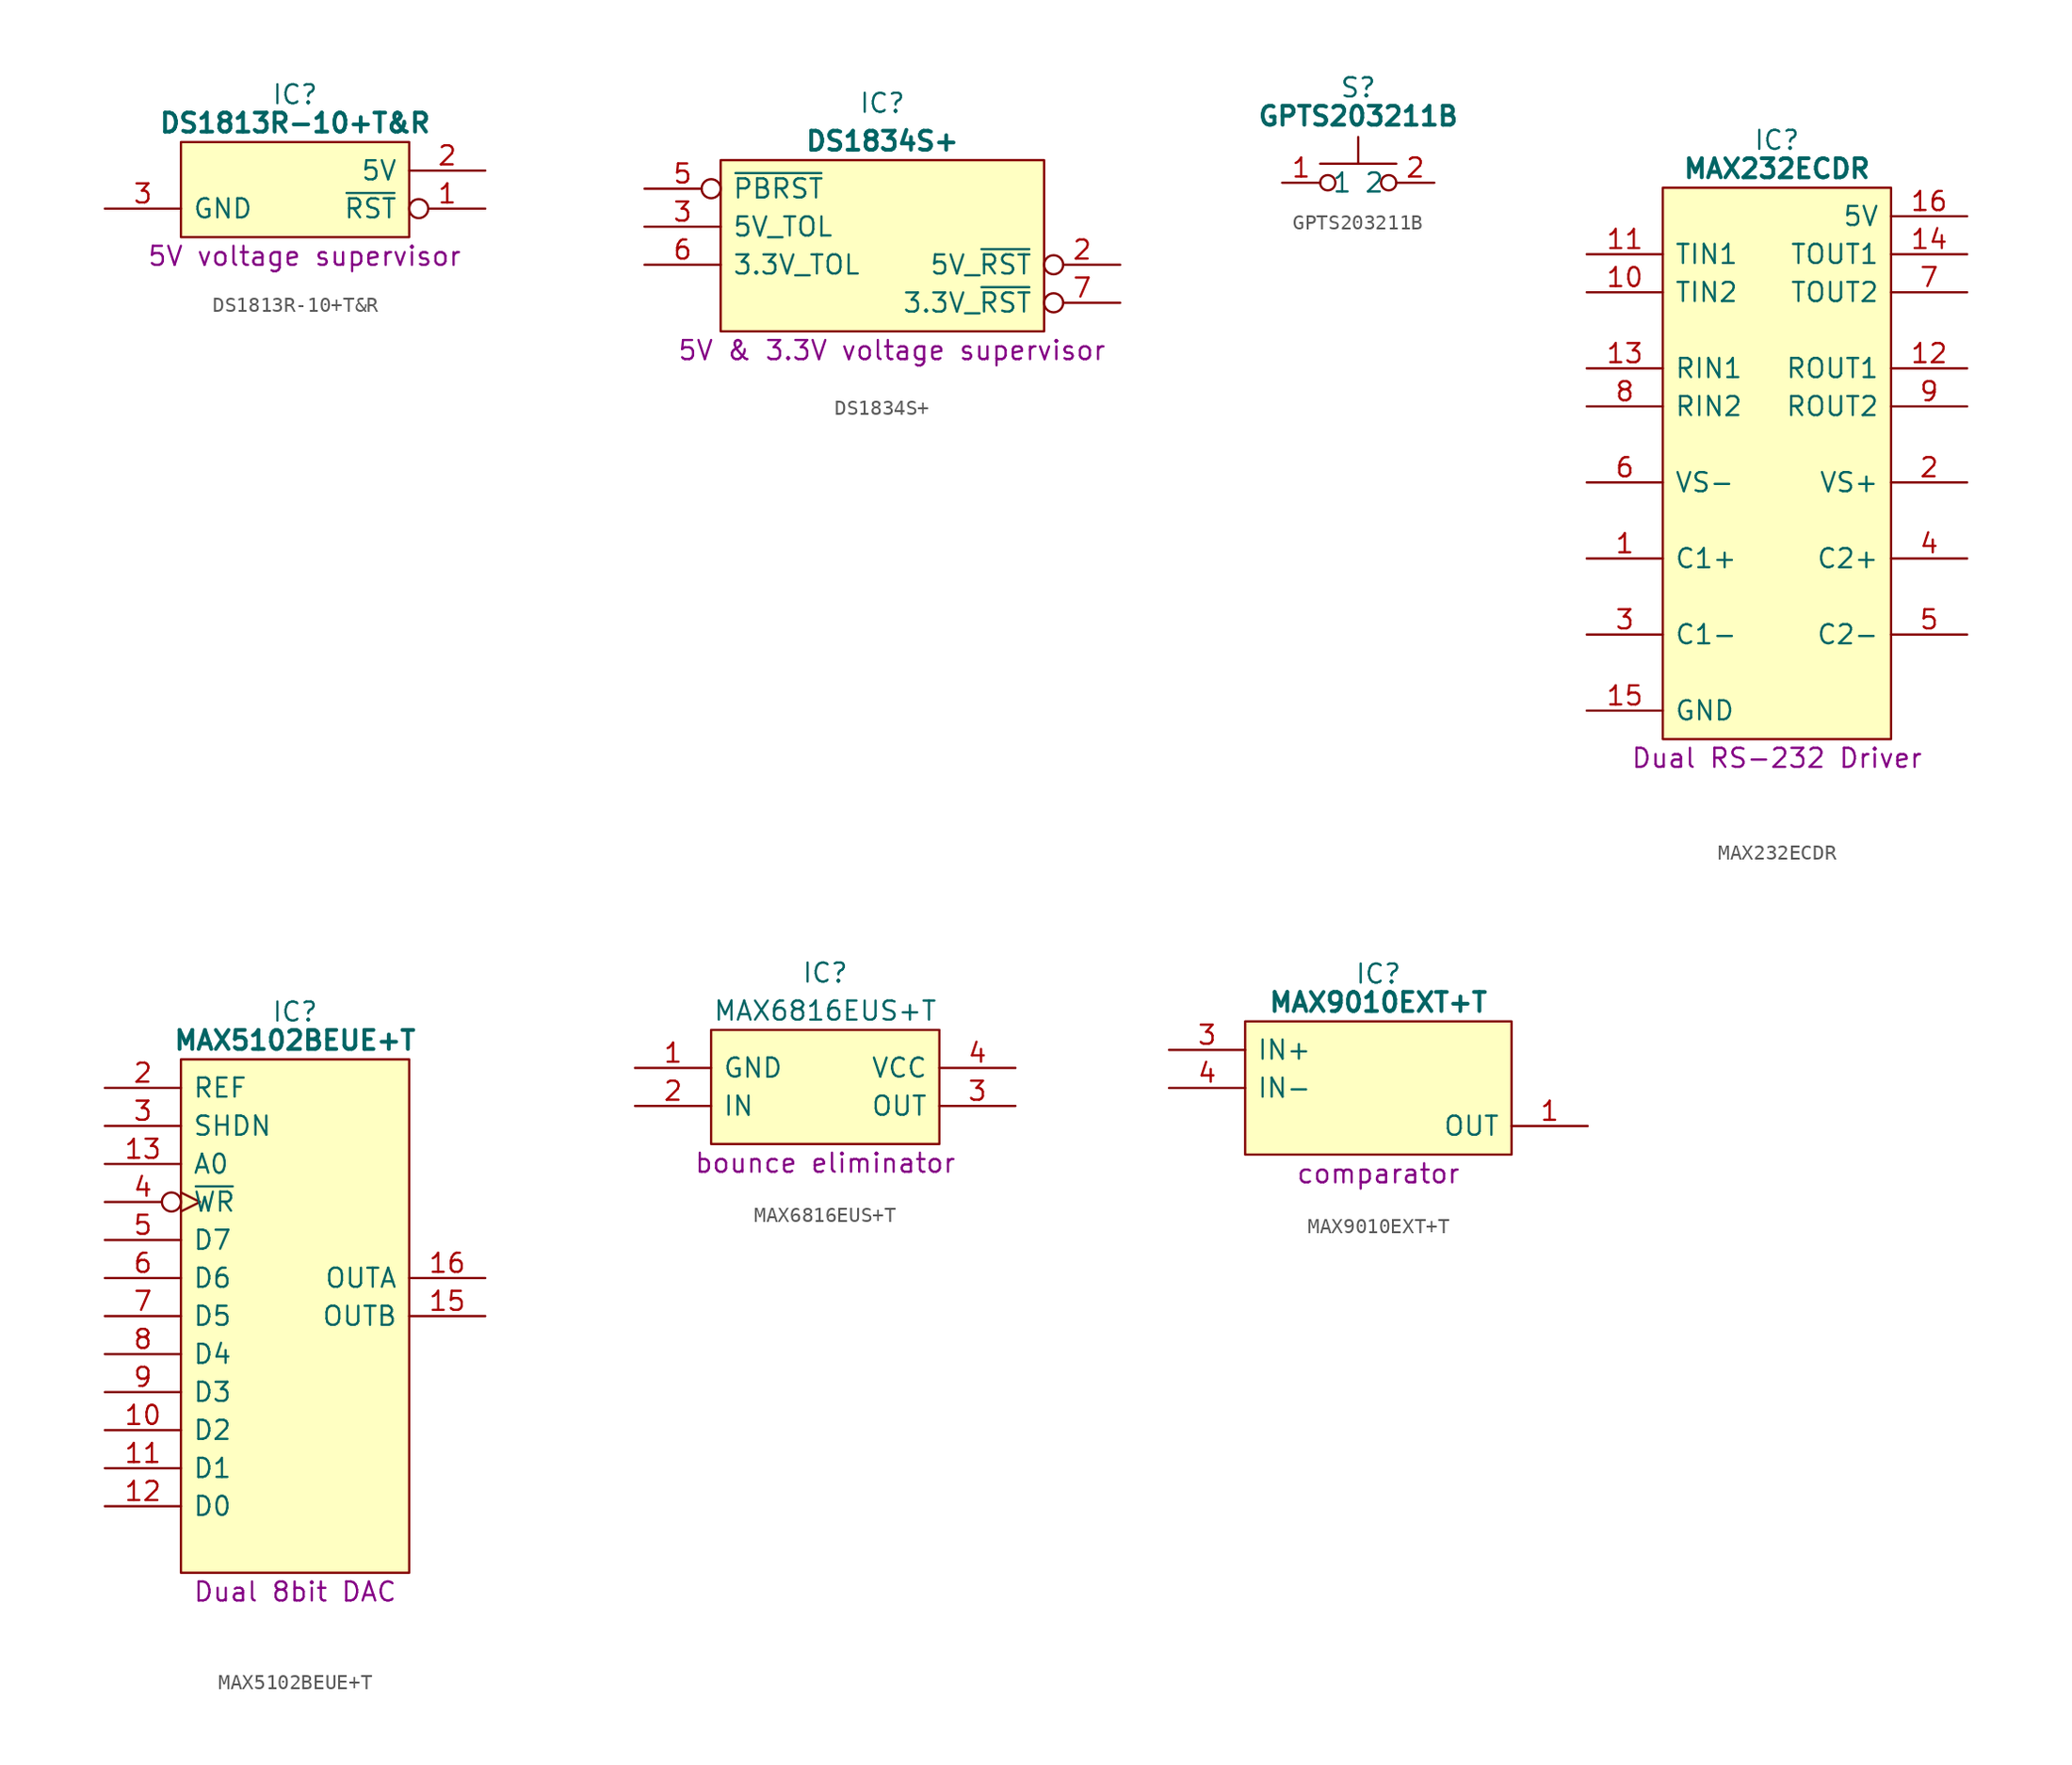
<source format=kicad_sym>
(kicad_symbol_lib
  (version 20231120)
  (generator "kicad_symbol_editor")
  (generator_version "8.0")
  (symbol "DS1813R-10+T&R"
    (pin_names
      (offset 0.762))
    (property "Reference" "IC"
      (at 12.7 7.62 0)
      (effects (font (size 1.27 1.27))))
    (property "Value" "DS1813R-10+T&R"
      (at 12.7 5.715 0)
      (effects (font (size 1.27 1.27) (bold yes))))
    (property "Description" "5V voltage supervisor"
      (at 13.335 -3.175 0)
      (effects (font (size 1.27 1.27))))
    (symbol "DS1813R-10+T&R_0_0"
      (pin output inverted (at 25.4 0 180) (length 5.08) (name "~{RST}" (effects (font (size 1.27 1.27)))) (number "1" (effects (font (size 1.27 1.27)))))
      (pin passive line (at 25.4 2.54 180) (length 5.08) (name "5V" (effects (font (size 1.27 1.27)))) (number "2" (effects (font (size 1.27 1.27)))))
      (pin passive line (at 0 0 0) (length 5.08) (name "GND" (effects (font (size 1.27 1.27)))) (number "3" (effects (font (size 1.27 1.27))))))
    (symbol "DS1813R-10+T&R_0_1"
      (polyline (pts (xy 5.08 4.445) (xy 20.32 4.445) (xy 20.32 -1.905) (xy 5.08 -1.905) (xy 5.08 4.445)) (stroke (width 0.152) (type default)) (fill (type background)))))
  (symbol "DS1834S+"
    (pin_names
      (offset 0.762))
    (property "Reference" "IC"
      (at 15.875 3.81 0)
      (effects (font (size 1.27 1.27))))
    (property "Value" "DS1834S+"
      (at 15.875 1.27 0)
      (effects (font (size 1.27 1.27) (bold yes))))
    (property "Description" "5V & 3.3V voltage supervisor"
      (at 16.51 -12.7 0)
      (effects (font (size 1.27 1.27))))
    (symbol "DS1834S+_0_0"
      (pin passive line (at 31.75 -1.905 180) (length 5.08) hide (name "5V" (effects (font (size 1.27 1.27)))) (number "1" (effects (font (size 1.27 1.27)))))
      (pin output inverted (at 31.75 -6.985 180) (length 5.08) (name "5V_~{RST}" (effects (font (size 1.27 1.27)))) (number "2" (effects (font (size 1.27 1.27)))))
      (pin passive line (at 0 -4.445 0) (length 5.08) (name "5V_TOL" (effects (font (size 1.27 1.27)))) (number "3" (effects (font (size 1.27 1.27)))))
      (pin passive line (at 0 -9.525 0) (length 5.08) hide (name "GND" (effects (font (size 1.27 1.27)))) (number "4" (effects (font (size 1.27 1.27)))))
      (pin input inverted (at 0 -1.905 0) (length 5.08) (name "~{PBRST}" (effects (font (size 1.27 1.27)))) (number "5" (effects (font (size 1.27 1.27)))))
      (pin passive line (at 0 -6.985 0) (length 5.08) (name "3.3V_TOL" (effects (font (size 1.27 1.27)))) (number "6" (effects (font (size 1.27 1.27)))))
      (pin output inverted (at 31.75 -9.525 180) (length 5.08) (name "3.3V_~{RST}" (effects (font (size 1.27 1.27)))) (number "7" (effects (font (size 1.27 1.27)))))
      (pin passive line (at 31.75 -4.445 180) (length 5.08) hide (name "3.3V" (effects (font (size 1.27 1.27)))) (number "8" (effects (font (size 1.27 1.27))))))
    (symbol "DS1834S+_0_1"
      (polyline (pts (xy 5.08 0) (xy 26.67 0) (xy 26.67 -11.43) (xy 5.08 -11.43) (xy 5.08 0)) (stroke (width 0.152) (type default)) (fill (type background)))))
  (symbol "GPTS203211B"
    (pin_names
      (offset 0.762))
    (property "Reference" "S"
      (at 5.08 6.35 0)
      (effects (font (size 1.27 1.27))))
    (property "Value" "GPTS203211B"
      (at 5.08 4.445 0)
      (effects (font (size 1.27 1.27) (bold yes))))
    (symbol "GPTS203211B_0_1"
      (polyline (pts (xy 5.08 1.27) (xy 5.08 3.048)) (stroke (width 0) (type default)) (fill (type none)))
      (polyline (pts (xy 7.62 1.27) (xy 2.54 1.27)) (stroke (width 0) (type default)) (fill (type none)))
      (circle (center 3.048 0) (radius 0.508) (stroke (width 0) (type default)) (fill (type none)))
      (circle (center 7.112 0) (radius 0.508) (stroke (width 0) (type default)) (fill (type none)))
      (pin passive line (at 0 0 0) (length 2.54) (name "1" (effects (font (size 1.27 1.27)))) (number "1" (effects (font (size 1.27 1.27)))))
      (pin passive line (at 10.16 0 180) (length 2.54) (name "2" (effects (font (size 1.27 1.27)))) (number "2" (effects (font (size 1.27 1.27)))))))
  (symbol "MAX232ECDR"
    (pin_names
      (offset 0.762))
    (property "Reference" "IC"
      (at 12.7 5.08 0)
      (effects (font (size 1.27 1.27))))
    (property "Value" "MAX232ECDR"
      (at 12.7 3.175 0)
      (effects (font (size 1.27 1.27) (bold yes))))
    (property "Description" "Dual RS-232 Driver"
      (at 12.7 -36.195 0)
      (effects (font (size 1.27 1.27))))
    (symbol "MAX232ECDR_0_0"
      (pin passive line (at 0 -22.86 0) (length 5.08) (name "C1+" (effects (font (size 1.27 1.27)))) (number "1" (effects (font (size 1.27 1.27)))))
      (pin output line (at 25.4 -10.16 180) (length 5.08) (name "ROUT1" (effects (font (size 1.27 1.27)))) (number "12" (effects (font (size 1.27 1.27)))))
      (pin input line (at 0 -10.16 0) (length 5.08) (name "RIN1" (effects (font (size 1.27 1.27)))) (number "13" (effects (font (size 1.27 1.27)))))
      (pin passive line (at 0 -27.94 0) (length 5.08) (name "C1-" (effects (font (size 1.27 1.27)))) (number "3" (effects (font (size 1.27 1.27)))))
      (pin passive line (at 25.4 -22.86 180) (length 5.08) (name "C2+" (effects (font (size 1.27 1.27)))) (number "4" (effects (font (size 1.27 1.27)))))
      (pin passive line (at 25.4 -27.94 180) (length 5.08) (name "C2-" (effects (font (size 1.27 1.27)))) (number "5" (effects (font (size 1.27 1.27)))))
      (pin input line (at 0 -12.7 0) (length 5.08) (name "RIN2" (effects (font (size 1.27 1.27)))) (number "8" (effects (font (size 1.27 1.27)))))
      (pin output line (at 25.4 -12.7 180) (length 5.08) (name "ROUT2" (effects (font (size 1.27 1.27)))) (number "9" (effects (font (size 1.27 1.27))))))
    (symbol "MAX232ECDR_0_1"
      (polyline (pts (xy 5.08 1.905) (xy 20.32 1.905) (xy 20.32 -34.925) (xy 5.08 -34.925) (xy 5.08 1.905)) (stroke (width 0.152) (type default)) (fill (type background))))
    (symbol "MAX232ECDR_1_0"
      (pin input line (at 0 -5.08 0) (length 5.08) (name "TIN2" (effects (font (size 1.27 1.27)))) (number "10" (effects (font (size 1.27 1.27)))))
      (pin input line (at 0 -2.54 0) (length 5.08) (name "TIN1" (effects (font (size 1.27 1.27)))) (number "11" (effects (font (size 1.27 1.27)))))
      (pin output line (at 25.4 -2.54 180) (length 5.08) (name "TOUT1" (effects (font (size 1.27 1.27)))) (number "14" (effects (font (size 1.27 1.27)))))
      (pin passive line (at 0 -33.02 0) (length 5.08) (name "GND" (effects (font (size 1.27 1.27)))) (number "15" (effects (font (size 1.27 1.27)))))
      (pin passive line (at 25.4 0 180) (length 5.08) (name "5V" (effects (font (size 1.27 1.27)))) (number "16" (effects (font (size 1.27 1.27)))))
      (pin output line (at 25.4 -17.78 180) (length 5.08) (name "VS+" (effects (font (size 1.27 1.27)))) (number "2" (effects (font (size 1.27 1.27)))))
      (pin output line (at 0 -17.78 0) (length 5.08) (name "VS-" (effects (font (size 1.27 1.27)))) (number "6" (effects (font (size 1.27 1.27)))))
      (pin output line (at 25.4 -5.08 180) (length 5.08) (name "TOUT2" (effects (font (size 1.27 1.27)))) (number "7" (effects (font (size 1.27 1.27)))))))
  (symbol "MAX5102BEUE+T"
    (pin_names
      (offset 0.762))
    (property "Reference" "IC"
      (at 12.7 5.08 0)
      (effects (font (size 1.27 1.27))))
    (property "Value" "MAX5102BEUE+T"
      (at 12.7 3.175 0)
      (effects (font (size 1.27 1.27) (bold yes))))
    (property "Description" "Dual 8bit DAC"
      (at 12.7 -33.655 0)
      (effects (font (size 1.27 1.27))))
    (symbol "MAX5102BEUE+T_0_0"
      (pin passive line (at 25.4 0 180) (length 5.08) hide (name "VDD" (effects (font (size 1.27 1.27)))) (number "1" (effects (font (size 1.27 1.27)))))
      (pin input line (at 0 -22.86 0) (length 5.08) (name "D2" (effects (font (size 1.27 1.27)))) (number "10" (effects (font (size 1.27 1.27)))))
      (pin input line (at 0 -25.4 0) (length 5.08) (name "D1" (effects (font (size 1.27 1.27)))) (number "11" (effects (font (size 1.27 1.27)))))
      (pin input line (at 0 -27.94 0) (length 5.08) (name "D0" (effects (font (size 1.27 1.27)))) (number "12" (effects (font (size 1.27 1.27)))))
      (pin input line (at 0 -5.08 0) (length 5.08) (name "A0" (effects (font (size 1.27 1.27)))) (number "13" (effects (font (size 1.27 1.27)))))
      (pin passive line (at 0 -30.48 0) (length 5.08) hide (name "GND" (effects (font (size 1.27 1.27)))) (number "14" (effects (font (size 1.27 1.27)))))
      (pin output line (at 25.4 -15.24 180) (length 5.08) (name "OUTB" (effects (font (size 1.27 1.27)))) (number "15" (effects (font (size 1.27 1.27)))))
      (pin output line (at 25.4 -12.7 180) (length 5.08) (name "OUTA" (effects (font (size 1.27 1.27)))) (number "16" (effects (font (size 1.27 1.27)))))
      (pin input line (at 0 0 0) (length 5.08) (name "REF" (effects (font (size 1.27 1.27)))) (number "2" (effects (font (size 1.27 1.27)))))
      (pin input line (at 0 -2.54 0) (length 5.08) (name "SHDN" (effects (font (size 1.27 1.27)))) (number "3" (effects (font (size 1.27 1.27)))))
      (pin input line (at 0 -10.16 0) (length 5.08) (name "D7" (effects (font (size 1.27 1.27)))) (number "5" (effects (font (size 1.27 1.27)))))
      (pin input line (at 0 -12.7 0) (length 5.08) (name "D6" (effects (font (size 1.27 1.27)))) (number "6" (effects (font (size 1.27 1.27)))))
      (pin input line (at 0 -15.24 0) (length 5.08) (name "D5" (effects (font (size 1.27 1.27)))) (number "7" (effects (font (size 1.27 1.27)))))
      (pin input line (at 0 -17.78 0) (length 5.08) (name "D4" (effects (font (size 1.27 1.27)))) (number "8" (effects (font (size 1.27 1.27)))))
      (pin input line (at 0 -20.32 0) (length 5.08) (name "D3" (effects (font (size 1.27 1.27)))) (number "9" (effects (font (size 1.27 1.27))))))
    (symbol "MAX5102BEUE+T_0_1"
      (polyline (pts (xy 5.08 1.905) (xy 20.32 1.905) (xy 20.32 -32.385) (xy 5.08 -32.385) (xy 5.08 1.905)) (stroke (width 0.152) (type default)) (fill (type background))))
    (symbol "MAX5102BEUE+T_1_0"
      (pin input inverted_clock (at 0 -7.62 0) (length 5.08) (name "~{WR}" (effects (font (size 1.27 1.27)))) (number "4" (effects (font (size 1.27 1.27)))))))
  (symbol "MAX6816EUS+T"
    (pin_names
      (offset 0.762))
    (property "Reference" "IC"
      (at 12.7 6.35 0)
      (effects (font (size 1.27 1.27))))
    (property "Value" "MAX6816EUS+T"
      (at 12.7 3.81 0)
      (effects (font (size 1.27 1.27))))
    (property "Description" "bounce eliminator"
      (at 12.7 -6.35 0)
      (effects (font (size 1.27 1.27))))
    (symbol "MAX6816EUS+T_0_0"
      (pin passive line (at 0 0 0) (length 5.08) (name "GND" (effects (font (size 1.27 1.27)))) (number "1" (effects (font (size 1.27 1.27)))))
      (pin input line (at 0 -2.54 0) (length 5.08) (name "IN" (effects (font (size 1.27 1.27)))) (number "2" (effects (font (size 1.27 1.27)))))
      (pin output line (at 25.4 -2.54 180) (length 5.08) (name "OUT" (effects (font (size 1.27 1.27)))) (number "3" (effects (font (size 1.27 1.27)))))
      (pin passive line (at 25.4 0 180) (length 5.08) (name "VCC" (effects (font (size 1.27 1.27)))) (number "4" (effects (font (size 1.27 1.27))))))
    (symbol "MAX6816EUS+T_0_1"
      (polyline (pts (xy 5.08 2.54) (xy 20.32 2.54) (xy 20.32 -5.08) (xy 5.08 -5.08) (xy 5.08 2.54)) (stroke (width 0.152) (type default)) (fill (type background)))))
  (symbol "MAX9010EXT+T"
    (pin_names
      (offset 0.762))
    (property "Reference" "IC"
      (at 13.97 5.08 0)
      (effects (font (size 1.27 1.27))))
    (property "Value" "MAX9010EXT+T"
      (at 13.97 3.175 0)
      (effects (font (size 1.27 1.27) (bold yes))))
    (property "Description" "comparator"
      (at 13.97 -8.255 0)
      (effects (font (size 1.27 1.27))))
    (symbol "MAX9010EXT+T_0_0"
      (pin passive line (at 27.94 -5.08 180) (length 5.08) (name "OUT" (effects (font (size 1.27 1.27)))) (number "1" (effects (font (size 1.27 1.27)))))
      (pin passive line (at 0 0 0) (length 5.08) (name "IN+" (effects (font (size 1.27 1.27)))) (number "3" (effects (font (size 1.27 1.27)))))
      (pin passive line (at 0 -2.54 0) (length 5.08) (name "IN-" (effects (font (size 1.27 1.27)))) (number "4" (effects (font (size 1.27 1.27))))))
    (symbol "MAX9010EXT+T_1_0"
      (pin passive line (at 0 -5.08 0) (length 5.08) hide (name "GND" (effects (font (size 1.27 1.27)))) (number "2" (effects (font (size 1.27 1.27)))))
      (pin passive line (at 27.94 -2.54 180) (length 5.08) hide (name "VCC" (effects (font (size 1.27 1.27)))) (number "5" (effects (font (size 1.27 1.27)))))
      (pin passive line (at 27.94 0 180) (length 5.08) hide (name "VCC" (effects (font (size 1.27 1.27)))) (number "6" (effects (font (size 1.27 1.27))))))
    (symbol "MAX9010EXT+T_1_1"
      (polyline (pts (xy 5.08 1.905) (xy 22.86 1.905) (xy 22.86 -6.985) (xy 5.08 -6.985) (xy 5.08 1.905)) (stroke (width 0.152) (type solid)) (fill (type background))))))
</source>
